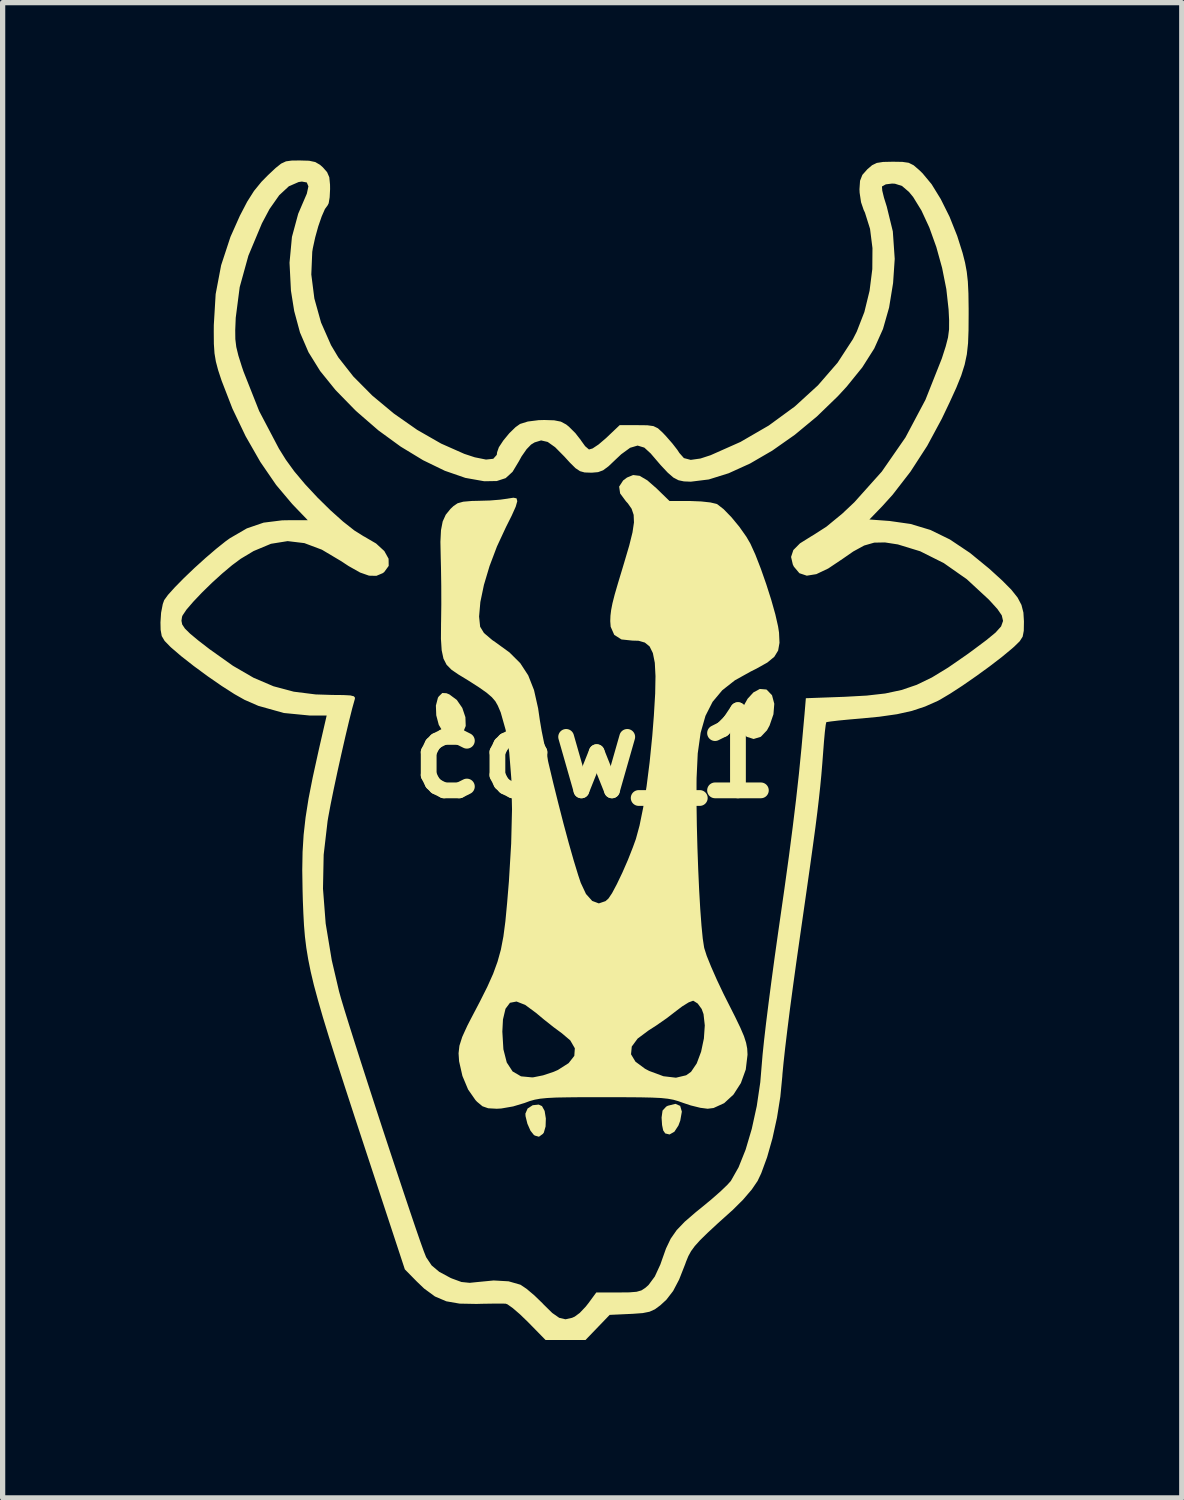
<source format=kicad_pcb>
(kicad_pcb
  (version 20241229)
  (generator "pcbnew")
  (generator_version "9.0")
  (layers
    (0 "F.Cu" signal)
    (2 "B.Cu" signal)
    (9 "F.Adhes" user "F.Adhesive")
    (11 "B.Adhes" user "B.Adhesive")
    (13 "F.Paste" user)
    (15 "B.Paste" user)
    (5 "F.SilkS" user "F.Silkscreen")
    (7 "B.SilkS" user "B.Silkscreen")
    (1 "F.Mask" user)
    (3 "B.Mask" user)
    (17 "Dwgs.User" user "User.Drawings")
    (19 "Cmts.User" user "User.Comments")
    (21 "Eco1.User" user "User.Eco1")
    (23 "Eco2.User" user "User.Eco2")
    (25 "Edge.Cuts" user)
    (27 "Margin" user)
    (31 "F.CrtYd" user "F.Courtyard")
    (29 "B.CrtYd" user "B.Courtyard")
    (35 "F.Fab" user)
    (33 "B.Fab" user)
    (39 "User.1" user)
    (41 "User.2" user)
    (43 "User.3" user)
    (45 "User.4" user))
  (footprint "cow_1"
    (layer "F.Cu")
    (at 8.255 11.283)
    (property "Reference" "cow_1" (at 0 0 0) (layer "F.SilkS") (effects (font (size 1.524 1.524) (thickness 0.3))))
    (attr board_only exclude_from_pos_files exclude_from_bom)
    (fp_poly (pts (xy 1.623 6.687) (xy 1.655 6.796) (xy 1.625 6.966) (xy 1.59 7.06) (xy 1.513 7.178) (xy 1.421 7.23) (xy 1.339 7.21) (xy 1.3 7.152) (xy 1.279 7.051) (xy 1.27 6.913) (xy 1.27 6.907) (xy 1.288 6.776) (xy 1.357 6.701) (xy 1.389 6.684) (xy 1.533 6.648)) (stroke (width 0) (type solid)) (fill yes) (layer "F.SilkS"))
    (fp_poly (pts (xy -1.003 6.691) (xy -0.953 6.783) (xy -0.93 6.926) (xy -0.935 7.078) (xy -0.969 7.196) (xy -0.987 7.219) (xy -1.061 7.273) (xy -1.136 7.252) (xy -1.157 7.24) (xy -1.222 7.159) (xy -1.281 7.025) (xy -1.316 6.882) (xy -1.319 6.834) (xy -1.277 6.737) (xy -1.18 6.674) (xy -1.066 6.662)) (stroke (width 0) (type solid)) (fill yes) (layer "F.SilkS"))
    (fp_poly (pts (xy -2.82 -1.157) (xy -2.765 -1.135) (xy -2.623 -1.03) (xy -2.518 -0.877) (xy -2.459 -0.702) (xy -2.453 -0.534) (xy -2.509 -0.398) (xy -2.532 -0.374) (xy -2.652 -0.302) (xy -2.767 -0.32) (xy -2.88 -0.414) (xy -2.965 -0.555) (xy -3.013 -0.737) (xy -3.02 -0.922) (xy -2.981 -1.072) (xy -2.964 -1.097) (xy -2.898 -1.161)) (stroke (width 0) (type solid)) (fill yes) (layer "F.SilkS"))
    (fp_poly (pts (xy 3.258 -1.228) (xy 3.269 -1.223) (xy 3.369 -1.118) (xy 3.412 -0.956) (xy 3.396 -0.757) (xy 3.323 -0.544) (xy 3.273 -0.452) (xy 3.156 -0.329) (xy 3.019 -0.287) (xy 2.887 -0.329) (xy 2.805 -0.413) (xy 2.756 -0.556) (xy 2.764 -0.724) (xy 2.817 -0.895) (xy 2.905 -1.052) (xy 3.015 -1.172) (xy 3.137 -1.238)) (stroke (width 0) (type solid)) (fill yes) (layer "F.SilkS"))
    (fp_poly (pts (xy 0.853 -5.289) (xy 0.999 -5.203) (xy 1.183 -5.042) (xy 1.186 -5.038) (xy 1.42 -4.811) (xy 1.821 -4.81) (xy 2.023 -4.802) (xy 2.197 -4.783) (xy 2.312 -4.756) (xy 2.327 -4.75) (xy 2.448 -4.656) (xy 2.596 -4.504) (xy 2.748 -4.32) (xy 2.882 -4.13) (xy 2.958 -3.999) (xy 3.053 -3.789) (xy 3.156 -3.524) (xy 3.259 -3.23) (xy 3.354 -2.932) (xy 3.432 -2.655) (xy 3.484 -2.426) (xy 3.502 -2.31) (xy 3.511 -2.115) (xy 3.485 -1.968) (xy 3.412 -1.849) (xy 3.28 -1.74) (xy 3.073 -1.624) (xy 2.963 -1.569) (xy 2.663 -1.402) (xy 2.424 -1.214) (xy 2.239 -0.993) (xy 2.104 -0.727) (xy 2.012 -0.405) (xy 1.957 -0.014) (xy 1.935 0.457) (xy 1.934 0.562) (xy 1.934 0.947) (xy 1.94 1.358) (xy 1.951 1.778) (xy 1.966 2.193) (xy 1.984 2.588) (xy 2.005 2.949) (xy 2.028 3.259) (xy 2.052 3.504) (xy 2.077 3.669) (xy 2.081 3.688) (xy 2.127 3.833) (xy 2.211 4.041) (xy 2.321 4.291) (xy 2.448 4.559) (xy 2.526 4.714) (xy 2.667 4.993) (xy 2.768 5.203) (xy 2.836 5.362) (xy 2.876 5.487) (xy 2.897 5.596) (xy 2.903 5.705) (xy 2.903 5.716) (xy 2.87 5.995) (xy 2.777 6.253) (xy 2.636 6.472) (xy 2.459 6.635) (xy 2.258 6.727) (xy 2.145 6.741) (xy 2.006 6.723) (xy 1.824 6.678) (xy 1.683 6.631) (xy 1.588 6.597) (xy 1.494 6.57) (xy 1.39 6.551) (xy 1.259 6.537) (xy 1.088 6.529) (xy 0.863 6.524) (xy 0.57 6.522) (xy 0.194 6.521) (xy 0.171 6.521) (xy -0.21 6.521) (xy -0.507 6.524) (xy -0.734 6.528) (xy -0.907 6.537) (xy -1.038 6.55) (xy -1.142 6.569) (xy -1.233 6.594) (xy -1.325 6.628) (xy -1.333 6.631) (xy -1.552 6.697) (xy -1.776 6.736) (xy -1.864 6.741) (xy -2.026 6.732) (xy -2.135 6.694) (xy -2.238 6.608) (xy -2.268 6.576) (xy -2.408 6.375) (xy -2.516 6.117) (xy -2.579 5.839) (xy -2.589 5.687) (xy -2.573 5.544) (xy -2.52 5.377) (xy -2.474 5.275) (xy -1.757 5.275) (xy -1.737 5.611) (xy -1.673 5.862) (xy -1.562 6.032) (xy -1.402 6.125) (xy -1.191 6.145) (xy -1.165 6.143) (xy -0.982 6.106) (xy -0.781 6.039) (xy -0.701 6.004) (xy -0.497 5.874) (xy -0.389 5.736) (xy -0.387 5.706) (xy 0.689 5.706) (xy 0.773 5.846) (xy 0.954 5.98) (xy 1.033 6.022) (xy 1.305 6.123) (xy 1.543 6.151) (xy 1.737 6.105) (xy 1.83 6.039) (xy 1.938 5.879) (xy 2.021 5.657) (xy 2.074 5.406) (xy 2.091 5.157) (xy 2.067 4.942) (xy 2.032 4.845) (xy 1.956 4.741) (xy 1.876 4.69) (xy 1.866 4.689) (xy 1.785 4.719) (xy 1.661 4.796) (xy 1.546 4.883) (xy 1.371 5.018) (xy 1.164 5.162) (xy 1.022 5.253) (xy 0.814 5.408) (xy 0.703 5.559) (xy 0.689 5.706) (xy -0.387 5.706) (xy -0.379 5.592) (xy -0.466 5.442) (xy -0.626 5.306) (xy -0.782 5.191) (xy -0.966 5.045) (xy -1.117 4.919) (xy -1.323 4.767) (xy -1.487 4.703) (xy -1.612 4.727) (xy -1.697 4.841) (xy -1.745 5.044) (xy -1.757 5.275) (xy -2.474 5.275) (xy -2.422 5.162) (xy -2.362 5.045) (xy -2.184 4.705) (xy -2.042 4.422) (xy -1.932 4.176) (xy -1.849 3.948) (xy -1.785 3.718) (xy -1.737 3.468) (xy -1.699 3.178) (xy -1.666 2.828) (xy -1.632 2.418) (xy -1.589 1.701) (xy -1.573 1.05) (xy -1.586 0.47) (xy -1.626 -0.033) (xy -1.693 -0.456) (xy -1.788 -0.792) (xy -1.843 -0.921) (xy -1.89 -1.004) (xy -1.956 -1.081) (xy -2.055 -1.166) (xy -2.2 -1.268) (xy -2.406 -1.4) (xy -2.593 -1.514) (xy -2.723 -1.603) (xy -2.816 -1.697) (xy -2.876 -1.814) (xy -2.91 -1.973) (xy -2.924 -2.19) (xy -2.922 -2.485) (xy -2.921 -2.53) (xy -2.917 -2.844) (xy -2.918 -3.197) (xy -2.923 -3.537) (xy -2.928 -3.737) (xy -2.934 -4.035) (xy -2.923 -4.256) (xy -2.891 -4.421) (xy -2.833 -4.549) (xy -2.743 -4.66) (xy -2.686 -4.714) (xy -2.608 -4.767) (xy -2.501 -4.797) (xy -2.34 -4.811) (xy -2.205 -4.814) (xy -1.994 -4.82) (xy -1.796 -4.836) (xy -1.652 -4.856) (xy -1.649 -4.857) (xy -1.546 -4.873) (xy -1.487 -4.861) (xy -1.473 -4.807) (xy -1.503 -4.702) (xy -1.579 -4.532) (xy -1.687 -4.317) (xy -1.859 -3.947) (xy -2 -3.574) (xy -2.107 -3.216) (xy -2.175 -2.89) (xy -2.199 -2.614) (xy -2.179 -2.421) (xy -2.106 -2.301) (xy -1.948 -2.167) (xy -1.891 -2.128) (xy -1.622 -1.933) (xy -1.417 -1.729) (xy -1.265 -1.496) (xy -1.155 -1.217) (xy -1.077 -0.87) (xy -1.044 -0.643) (xy -1.01 -0.441) (xy -0.954 -0.165) (xy -0.88 0.169) (xy -0.792 0.539) (xy -0.695 0.929) (xy -0.595 1.319) (xy -0.495 1.69) (xy -0.4 2.024) (xy -0.315 2.302) (xy -0.267 2.446) (xy -0.167 2.659) (xy -0.049 2.791) (xy 0.077 2.838) (xy 0.204 2.795) (xy 0.26 2.745) (xy 0.328 2.644) (xy 0.419 2.473) (xy 0.523 2.256) (xy 0.628 2.016) (xy 0.723 1.775) (xy 0.781 1.615) (xy 0.851 1.358) (xy 0.92 1.018) (xy 0.985 0.61) (xy 1.043 0.151) (xy 1.093 -0.346) (xy 1.123 -0.729) (xy 1.148 -1.149) (xy 1.154 -1.481) (xy 1.141 -1.735) (xy 1.104 -1.92) (xy 1.042 -2.046) (xy 0.951 -2.12) (xy 0.83 -2.154) (xy 0.716 -2.157) (xy 0.507 -2.179) (xy 0.37 -2.266) (xy 0.302 -2.42) (xy 0.294 -2.528) (xy 0.298 -2.631) (xy 0.311 -2.738) (xy 0.336 -2.866) (xy 0.378 -3.031) (xy 0.442 -3.251) (xy 0.53 -3.542) (xy 0.559 -3.639) (xy 0.655 -3.964) (xy 0.717 -4.214) (xy 0.745 -4.403) (xy 0.739 -4.547) (xy 0.7 -4.663) (xy 0.629 -4.765) (xy 0.593 -4.804) (xy 0.482 -4.954) (xy 0.463 -5.084) (xy 0.539 -5.201) (xy 0.612 -5.256) (xy 0.729 -5.304)) (stroke (width 0) (type solid)) (fill yes) (layer "F.SilkS"))
    (fp_poly (pts (xy -5.431 -11.278) (xy -5.313 -11.253) (xy -5.222 -11.2) (xy -5.168 -11.152) (xy -5.088 -11.061) (xy -5.046 -10.964) (xy -5.032 -10.822) (xy -5.031 -10.74) (xy -5.039 -10.583) (xy -5.058 -10.469) (xy -5.077 -10.431) (xy -5.129 -10.36) (xy -5.191 -10.218) (xy -5.256 -10.03) (xy -5.314 -9.821) (xy -5.359 -9.615) (xy -5.37 -9.546) (xy -5.388 -9.116) (xy -5.33 -8.66) (xy -5.203 -8.203) (xy -5.013 -7.772) (xy -4.875 -7.541) (xy -4.589 -7.177) (xy -4.23 -6.815) (xy -3.818 -6.472) (xy -3.375 -6.162) (xy -2.921 -5.902) (xy -2.479 -5.706) (xy -2.281 -5.641) (xy -2.067 -5.598) (xy -1.929 -5.613) (xy -1.863 -5.687) (xy -1.856 -5.738) (xy -1.823 -5.832) (xy -1.738 -5.961) (xy -1.625 -6.098) (xy -1.506 -6.214) (xy -1.42 -6.275) (xy -1.273 -6.321) (xy -1.068 -6.347) (xy -0.959 -6.35) (xy -0.771 -6.344) (xy -0.645 -6.319) (xy -0.544 -6.265) (xy -0.493 -6.224) (xy -0.369 -6.101) (xy -0.267 -5.97) (xy -0.259 -5.957) (xy -0.183 -5.852) (xy -0.112 -5.791) (xy -0.109 -5.79) (xy -0.042 -5.809) (xy 0.071 -5.884) (xy 0.208 -6.001) (xy 0.216 -6.008) (xy 0.473 -6.252) (xy 0.817 -6.252) (xy 0.998 -6.25) (xy 1.115 -6.234) (xy 1.201 -6.192) (xy 1.29 -6.11) (xy 1.356 -6.04) (xy 1.474 -5.905) (xy 1.569 -5.783) (xy 1.608 -5.723) (xy 1.694 -5.626) (xy 1.824 -5.592) (xy 2.009 -5.618) (xy 2.202 -5.681) (xy 2.769 -5.933) (xy 3.307 -6.245) (xy 3.802 -6.607) (xy 4.242 -7.009) (xy 4.615 -7.439) (xy 4.906 -7.886) (xy 4.979 -8.029) (xy 5.124 -8.402) (xy 5.223 -8.806) (xy 5.275 -9.218) (xy 5.278 -9.618) (xy 5.232 -9.983) (xy 5.135 -10.292) (xy 5.11 -10.345) (xy 5.061 -10.489) (xy 5.034 -10.67) (xy 5.031 -10.735) (xy 5.042 -10.897) (xy 5.086 -11.009) (xy 5.181 -11.116) (xy 5.271 -11.193) (xy 5.36 -11.236) (xy 5.48 -11.255) (xy 5.665 -11.259) (xy 5.667 -11.259) (xy 5.847 -11.256) (xy 5.966 -11.239) (xy 6.06 -11.192) (xy 6.165 -11.102) (xy 6.23 -11.039) (xy 6.402 -10.832) (xy 6.576 -10.549) (xy 6.743 -10.214) (xy 6.889 -9.848) (xy 6.991 -9.525) (xy 7.038 -9.341) (xy 7.07 -9.168) (xy 7.091 -8.981) (xy 7.102 -8.755) (xy 7.106 -8.465) (xy 7.106 -8.353) (xy 7.104 -8.054) (xy 7.095 -7.81) (xy 7.072 -7.599) (xy 7.03 -7.401) (xy 6.965 -7.195) (xy 6.871 -6.962) (xy 6.742 -6.68) (xy 6.595 -6.372) (xy 6.318 -5.858) (xy 6 -5.367) (xy 5.661 -4.929) (xy 5.462 -4.709) (xy 5.22 -4.459) (xy 5.602 -4.431) (xy 6.002 -4.374) (xy 6.38 -4.26) (xy 6.75 -4.079) (xy 7.131 -3.824) (xy 7.496 -3.525) (xy 7.74 -3.303) (xy 7.917 -3.125) (xy 8.037 -2.974) (xy 8.11 -2.835) (xy 8.147 -2.69) (xy 8.157 -2.525) (xy 8.157 -2.511) (xy 8.154 -2.343) (xy 8.133 -2.233) (xy 8.078 -2.146) (xy 7.972 -2.042) (xy 7.925 -2.001) (xy 7.738 -1.846) (xy 7.505 -1.667) (xy 7.247 -1.48) (xy 6.989 -1.301) (xy 6.754 -1.148) (xy 6.564 -1.035) (xy 6.521 -1.012) (xy 6.278 -0.904) (xy 6.028 -0.821) (xy 5.745 -0.758) (xy 5.408 -0.71) (xy 5.086 -0.679) (xy 4.842 -0.658) (xy 4.635 -0.638) (xy 4.484 -0.62) (xy 4.406 -0.608) (xy 4.4 -0.605) (xy 4.389 -0.552) (xy 4.373 -0.421) (xy 4.356 -0.234) (xy 4.341 -0.037) (xy 4.324 0.186) (xy 4.306 0.401) (xy 4.285 0.618) (xy 4.26 0.849) (xy 4.23 1.105) (xy 4.193 1.397) (xy 4.147 1.735) (xy 4.092 2.131) (xy 4.026 2.595) (xy 3.948 3.138) (xy 3.897 3.493) (xy 3.831 3.955) (xy 3.768 4.411) (xy 3.71 4.844) (xy 3.66 5.242) (xy 3.618 5.591) (xy 3.587 5.875) (xy 3.567 6.082) (xy 3.564 6.13) (xy 3.527 6.512) (xy 3.463 6.912) (xy 3.377 7.304) (xy 3.275 7.664) (xy 3.164 7.967) (xy 3.095 8.113) (xy 2.984 8.276) (xy 2.819 8.469) (xy 2.625 8.662) (xy 2.596 8.688) (xy 2.339 8.919) (xy 2.145 9.099) (xy 2.002 9.239) (xy 1.901 9.351) (xy 1.83 9.448) (xy 1.778 9.543) (xy 1.735 9.648) (xy 1.718 9.696) (xy 1.603 9.988) (xy 1.489 10.205) (xy 1.361 10.371) (xy 1.246 10.477) (xy 1.143 10.553) (xy 1.041 10.599) (xy 0.911 10.625) (xy 0.72 10.639) (xy 0.674 10.641) (xy 0.283 10.659) (xy 0.053 10.898) (xy -0.177 11.137) (xy -0.935 11.137) (xy -1.27 10.795) (xy -1.423 10.647) (xy -1.559 10.53) (xy -1.659 10.459) (xy -1.694 10.446) (xy -1.78 10.444) (xy -1.937 10.445) (xy -2.138 10.448) (xy -2.249 10.451) (xy -2.569 10.445) (xy -2.822 10.401) (xy -3.038 10.309) (xy -3.243 10.159) (xy -3.383 10.025) (xy -3.61 9.794) (xy -4.342 7.571) (xy -4.56 6.908) (xy -4.749 6.328) (xy -4.912 5.824) (xy -5.05 5.387) (xy -5.166 5.008) (xy -5.261 4.678) (xy -5.339 4.39) (xy -5.4 4.133) (xy -5.447 3.9) (xy -5.483 3.681) (xy -5.509 3.469) (xy -5.527 3.254) (xy -5.539 3.028) (xy -5.549 2.782) (xy -5.554 2.589) (xy -5.56 2.206) (xy -5.554 1.861) (xy -5.534 1.535) (xy -5.497 1.205) (xy -5.441 0.849) (xy -5.362 0.447) (xy -5.259 -0.022) (xy -5.234 -0.134) (xy -5.096 -0.733) (xy -5.418 -0.733) (xy -5.91 -0.781) (xy -6.395 -0.917) (xy -6.656 -1.031) (xy -6.849 -1.14) (xy -7.091 -1.295) (xy -7.357 -1.479) (xy -7.622 -1.674) (xy -7.862 -1.862) (xy -8.052 -2.025) (xy -8.072 -2.044) (xy -8.176 -2.151) (xy -8.231 -2.244) (xy -8.252 -2.362) (xy -8.255 -2.503) (xy -8.253 -2.534) (xy -7.856 -2.534) (xy -7.842 -2.464) (xy -7.791 -2.387) (xy -7.693 -2.29) (xy -7.538 -2.161) (xy -7.314 -1.988) (xy -7.302 -1.98) (xy -6.877 -1.678) (xy -6.486 -1.451) (xy -6.107 -1.289) (xy -5.721 -1.186) (xy -5.306 -1.134) (xy -4.991 -1.124) (xy -4.778 -1.122) (xy -4.646 -1.115) (xy -4.578 -1.098) (xy -4.557 -1.07) (xy -4.563 -1.038) (xy -4.61 -0.87) (xy -4.671 -0.627) (xy -4.741 -0.332) (xy -4.816 -0.004) (xy -4.891 0.334) (xy -4.961 0.662) (xy -5.021 0.957) (xy -5.066 1.199) (xy -5.078 1.27) (xy -5.153 1.914) (xy -5.166 2.558) (xy -5.115 3.22) (xy -4.999 3.919) (xy -4.861 4.509) (xy -4.821 4.652) (xy -4.756 4.868) (xy -4.669 5.148) (xy -4.564 5.48) (xy -4.445 5.853) (xy -4.315 6.256) (xy -4.178 6.679) (xy -4.037 7.111) (xy -3.896 7.539) (xy -3.758 7.955) (xy -3.628 8.346) (xy -3.509 8.701) (xy -3.404 9.011) (xy -3.317 9.263) (xy -3.251 9.447) (xy -3.21 9.551) (xy -3.204 9.565) (xy -3.101 9.719) (xy -2.956 9.841) (xy -2.744 9.955) (xy -2.714 9.968) (xy -2.534 10.034) (xy -2.378 10.05) (xy -2.252 10.037) (xy -1.922 10.005) (xy -1.638 10.021) (xy -1.419 10.084) (xy -1.409 10.088) (xy -1.296 10.164) (xy -1.148 10.289) (xy -0.995 10.437) (xy -0.975 10.459) (xy -0.808 10.623) (xy -0.676 10.715) (xy -0.557 10.743) (xy -0.432 10.715) (xy -0.381 10.692) (xy -0.286 10.622) (xy -0.173 10.503) (xy -0.12 10.436) (xy 0.029 10.233) (xy 0.451 10.233) (xy 0.658 10.231) (xy 0.794 10.22) (xy 0.886 10.194) (xy 0.96 10.146) (xy 1.021 10.092) (xy 1.141 9.93) (xy 1.247 9.7) (xy 1.272 9.628) (xy 1.354 9.397) (xy 1.443 9.211) (xy 1.556 9.049) (xy 1.71 8.888) (xy 1.921 8.706) (xy 2.03 8.618) (xy 2.22 8.461) (xy 2.391 8.311) (xy 2.521 8.186) (xy 2.587 8.112) (xy 2.733 7.854) (xy 2.867 7.519) (xy 2.984 7.124) (xy 3.079 6.69) (xy 3.146 6.236) (xy 3.175 5.886) (xy 3.19 5.708) (xy 3.217 5.448) (xy 3.255 5.119) (xy 3.303 4.735) (xy 3.358 4.312) (xy 3.419 3.862) (xy 3.484 3.4) (xy 3.506 3.248) (xy 3.605 2.557) (xy 3.69 1.943) (xy 3.762 1.388) (xy 3.825 0.871) (xy 3.88 0.376) (xy 3.929 -0.119) (xy 3.975 -0.631) (xy 3.987 -0.763) (xy 4.012 -1.062) (xy 4.753 -1.089) (xy 5.169 -1.112) (xy 5.521 -1.152) (xy 5.83 -1.218) (xy 6.118 -1.316) (xy 6.407 -1.456) (xy 6.717 -1.645) (xy 7.071 -1.89) (xy 7.193 -1.979) (xy 7.443 -2.166) (xy 7.618 -2.31) (xy 7.723 -2.427) (xy 7.76 -2.531) (xy 7.736 -2.636) (xy 7.654 -2.756) (xy 7.518 -2.906) (xy 7.486 -2.94) (xy 7.072 -3.323) (xy 6.634 -3.63) (xy 6.185 -3.855) (xy 5.761 -3.985) (xy 5.515 -4.023) (xy 5.311 -4.019) (xy 5.12 -3.964) (xy 4.913 -3.851) (xy 4.717 -3.715) (xy 4.438 -3.528) (xy 4.211 -3.42) (xy 4.03 -3.391) (xy 3.889 -3.438) (xy 3.784 -3.563) (xy 3.764 -3.604) (xy 3.731 -3.747) (xy 3.774 -3.878) (xy 3.901 -4.006) (xy 4.117 -4.141) (xy 4.137 -4.152) (xy 4.401 -4.321) (xy 4.705 -4.571) (xy 4.934 -4.787) (xy 5.455 -5.369) (xy 5.905 -6.018) (xy 6.285 -6.734) (xy 6.596 -7.518) (xy 6.598 -7.524) (xy 6.67 -7.748) (xy 6.714 -7.919) (xy 6.734 -8.072) (xy 6.735 -8.247) (xy 6.725 -8.45) (xy 6.682 -8.838) (xy 6.602 -9.24) (xy 6.492 -9.637) (xy 6.359 -10.008) (xy 6.209 -10.332) (xy 6.051 -10.589) (xy 5.972 -10.685) (xy 5.84 -10.798) (xy 5.706 -10.841) (xy 5.651 -10.844) (xy 5.531 -10.829) (xy 5.462 -10.791) (xy 5.459 -10.784) (xy 5.464 -10.71) (xy 5.497 -10.575) (xy 5.549 -10.409) (xy 5.665 -9.935) (xy 5.701 -9.412) (xy 5.67 -8.952) (xy 5.594 -8.487) (xy 5.478 -8.08) (xy 5.312 -7.709) (xy 5.085 -7.351) (xy 4.787 -6.983) (xy 4.62 -6.802) (xy 4.221 -6.416) (xy 3.802 -6.069) (xy 3.375 -5.769) (xy 2.952 -5.523) (xy 2.545 -5.338) (xy 2.167 -5.22) (xy 1.828 -5.178) (xy 1.818 -5.178) (xy 1.694 -5.183) (xy 1.591 -5.205) (xy 1.494 -5.256) (xy 1.387 -5.349) (xy 1.251 -5.494) (xy 1.072 -5.703) (xy 1.068 -5.709) (xy 0.942 -5.825) (xy 0.814 -5.864) (xy 0.672 -5.822) (xy 0.503 -5.699) (xy 0.403 -5.605) (xy 0.262 -5.471) (xy 0.158 -5.394) (xy 0.063 -5.359) (xy -0.052 -5.349) (xy -0.08 -5.349) (xy -0.193 -5.353) (xy -0.28 -5.377) (xy -0.366 -5.434) (xy -0.473 -5.54) (xy -0.578 -5.655) (xy -0.754 -5.833) (xy -0.895 -5.933) (xy -1.02 -5.962) (xy -1.144 -5.924) (xy -1.211 -5.883) (xy -1.296 -5.795) (xy -1.392 -5.657) (xy -1.442 -5.566) (xy -1.563 -5.365) (xy -1.694 -5.245) (xy -1.862 -5.19) (xy -2.092 -5.186) (xy -2.113 -5.188) (xy -2.461 -5.25) (xy -2.85 -5.385) (xy -3.264 -5.586) (xy -3.689 -5.844) (xy -4.112 -6.152) (xy -4.516 -6.502) (xy -4.556 -6.539) (xy -4.928 -6.92) (xy -5.22 -7.281) (xy -5.442 -7.639) (xy -5.603 -8.013) (xy -5.713 -8.42) (xy -5.775 -8.808) (xy -5.802 -9.339) (xy -5.756 -9.83) (xy -5.637 -10.27) (xy -5.563 -10.443) (xy -5.473 -10.652) (xy -5.443 -10.791) (xy -5.474 -10.865) (xy -5.567 -10.882) (xy -5.629 -10.873) (xy -5.815 -10.792) (xy -5.998 -10.622) (xy -6.182 -10.36) (xy -6.327 -10.087) (xy -6.584 -9.473) (xy -6.749 -8.876) (xy -6.825 -8.289) (xy -6.825 -8.279) (xy -6.834 -8.057) (xy -6.832 -7.887) (xy -6.814 -7.738) (xy -6.774 -7.574) (xy -6.708 -7.364) (xy -6.676 -7.27) (xy -6.379 -6.52) (xy -6.004 -5.807) (xy -5.872 -5.595) (xy -5.711 -5.373) (xy -5.505 -5.128) (xy -5.27 -4.876) (xy -5.024 -4.634) (xy -4.785 -4.42) (xy -4.568 -4.249) (xy -4.392 -4.139) (xy -4.383 -4.135) (xy -4.157 -4.003) (xy -4 -3.859) (xy -3.919 -3.713) (xy -3.917 -3.577) (xy -4.002 -3.46) (xy -4.03 -3.439) (xy -4.151 -3.388) (xy -4.29 -3.391) (xy -4.461 -3.451) (xy -4.679 -3.574) (xy -4.827 -3.671) (xy -5.187 -3.885) (xy -5.52 -4.01) (xy -5.838 -4.048) (xy -6.155 -3.997) (xy -6.485 -3.859) (xy -6.73 -3.712) (xy -6.894 -3.59) (xy -7.082 -3.432) (xy -7.279 -3.253) (xy -7.468 -3.068) (xy -7.634 -2.893) (xy -7.762 -2.744) (xy -7.835 -2.635) (xy -7.845 -2.61) (xy -7.856 -2.534) (xy -8.253 -2.534) (xy -8.243 -2.687) (xy -8.211 -2.852) (xy -8.184 -2.927) (xy -8.112 -3.026) (xy -7.981 -3.171) (xy -7.808 -3.347) (xy -7.608 -3.538) (xy -7.398 -3.728) (xy -7.195 -3.902) (xy -7.016 -4.045) (xy -6.935 -4.103) (xy -6.613 -4.29) (xy -6.295 -4.399) (xy -5.942 -4.443) (xy -5.828 -4.445) (xy -5.455 -4.445) (xy -5.751 -4.753) (xy -6.056 -5.115) (xy -6.356 -5.552) (xy -6.637 -6.043) (xy -6.887 -6.566) (xy -7.093 -7.098) (xy -7.159 -7.298) (xy -7.202 -7.461) (xy -7.228 -7.617) (xy -7.24 -7.797) (xy -7.242 -8.031) (xy -7.241 -8.157) (xy -7.206 -8.743) (xy -7.102 -9.291) (xy -6.925 -9.83) (xy -6.746 -10.232) (xy -6.607 -10.499) (xy -6.477 -10.704) (xy -6.335 -10.878) (xy -6.212 -11.003) (xy -6.066 -11.14) (xy -5.962 -11.223) (xy -5.87 -11.266) (xy -5.763 -11.281) (xy -5.611 -11.283)) (stroke (width 0) (type solid)) (fill yes) (layer "F.SilkS")))
  (gr_rect
    (start -3 -3)
    (end 19.412 25.42)
    (stroke (width 0.1) (type default))
    (fill no)
    (layer "Edge.Cuts")))
</source>
